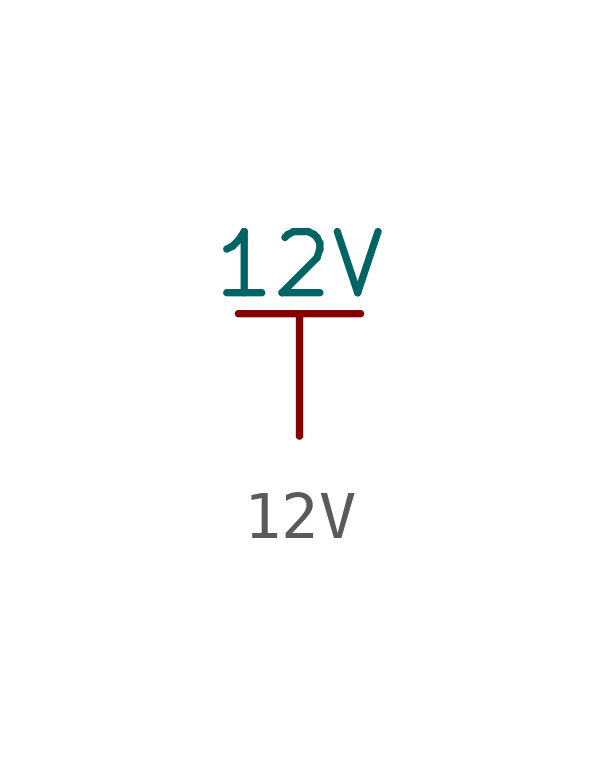
<source format=kicad_sym>
(kicad_symbol_lib
  (version 20231120)
  (generator "kicad_symbol_editor")
  (generator_version "8.0")
  (symbol "12V"
    (power)
    (pin_numbers hide)
    (pin_names
      (offset 0) hide)
    (property "Reference" "#PWR"
      (at 0 -3.81 0)
      (effects (font (size 1.27 1.27)) (hide yes)))
    (property "Value" "12V"
      (at 0 3.556 0)
      (effects (font (size 1.27 1.27))))
    (symbol "12V_0_1"
      (polyline (pts (xy -1.27 2.54) (xy 0 2.54)) (stroke (width 0) (type default)) (fill (type none)))
      (polyline (pts (xy 0 0) (xy 0 2.54)) (stroke (width 0) (type default)) (fill (type none)))
      (polyline (pts (xy 0 2.54) (xy 1.27 2.54)) (stroke (width 0) (type default)) (fill (type none))))
    (symbol "12V_1_1"
      (pin power_in line (at 0 0 90) (length 0) (name "~" (effects (font (size 1.27 1.27)))) (number "1" (effects (font (size 1.27 1.27))))))))
</source>
